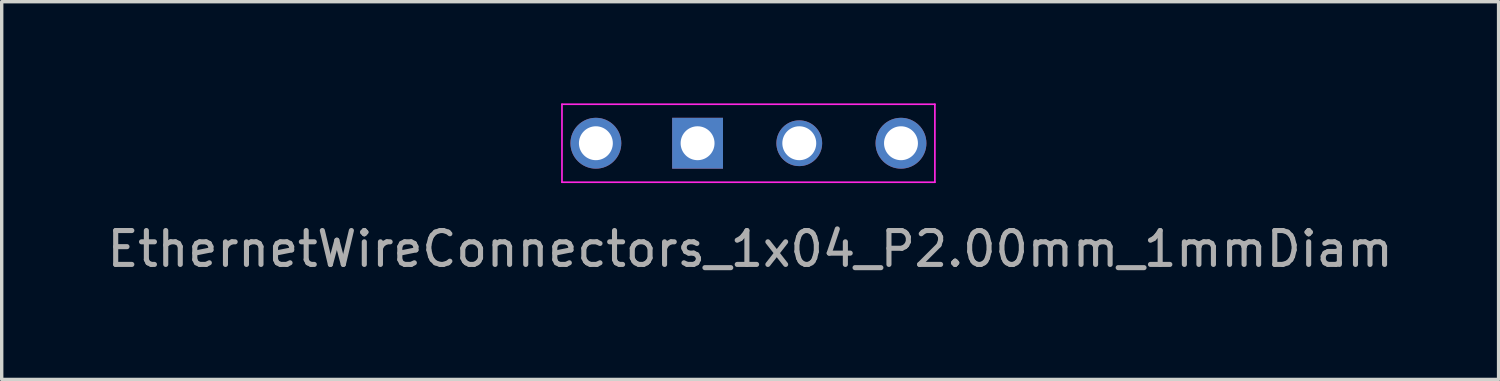
<source format=kicad_pcb>
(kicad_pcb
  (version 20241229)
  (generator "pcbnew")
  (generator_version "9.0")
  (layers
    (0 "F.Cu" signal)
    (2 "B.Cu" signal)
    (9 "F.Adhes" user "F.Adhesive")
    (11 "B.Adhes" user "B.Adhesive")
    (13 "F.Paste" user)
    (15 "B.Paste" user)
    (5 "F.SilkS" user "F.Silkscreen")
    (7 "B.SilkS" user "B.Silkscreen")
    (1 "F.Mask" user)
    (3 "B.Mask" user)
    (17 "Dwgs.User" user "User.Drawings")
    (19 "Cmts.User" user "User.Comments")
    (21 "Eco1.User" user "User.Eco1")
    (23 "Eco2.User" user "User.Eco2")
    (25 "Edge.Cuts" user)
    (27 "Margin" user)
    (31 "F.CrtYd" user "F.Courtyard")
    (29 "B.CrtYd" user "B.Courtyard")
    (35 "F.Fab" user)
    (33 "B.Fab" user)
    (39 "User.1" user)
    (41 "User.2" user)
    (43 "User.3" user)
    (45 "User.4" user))
  (footprint "EthernetWireConnectors_1x04_P2.00mm_1mmDiam"
    (layer "F.Cu")
    (at 19.027 1.175)
    (property "Reference" "EthernetWireConnectors_1x04_P2.00mm_1mmDiam" (at 0.05 3.12 0) (layer "F.Fab") (effects (font (size 1 1) (thickness 0.15))))
    (attr through_hole)
    (fp_line (start -5.5 1.15) (end 5.5 1.15) (stroke (width 0.05) (type solid)) (layer "F.CrtYd"))
    (fp_line (start -5.5 -1.15) (end -5.5 1.15) (stroke (width 0.05) (type solid)) (layer "F.CrtYd"))
    (fp_line (start 5.5 1.15) (end 5.5 -1.15) (stroke (width 0.05) (type solid)) (layer "F.CrtYd"))
    (fp_line (start 5.5 -1.15) (end -5.5 -1.15) (stroke (width 0.05) (type solid)) (layer "F.CrtYd"))
    (pad "1" thru_hole circle (at -4.5 0 90) (size 1.5 1.5) (drill 1) (layers "*.Cu" "*.Mask"))
    (pad "2" thru_hole rect (at -1.5 0 90) (size 1.5 1.5) (drill 1) (layers "*.Cu" "*.Mask"))
    (pad "3" thru_hole circle (at 1.5 0 90) (size 1.35 1.35) (drill 1) (layers "*.Cu" "*.Mask"))
    (pad "4" thru_hole oval (at 4.5 0 90) (size 1.5 1.5) (drill 1) (layers "*.Cu" "*.Mask")))
  (gr_rect
    (start -3 -3)
    (end 41.155 8.143)
    (stroke (width 0.1) (type default))
    (fill no)
    (layer "Edge.Cuts")))
</source>
